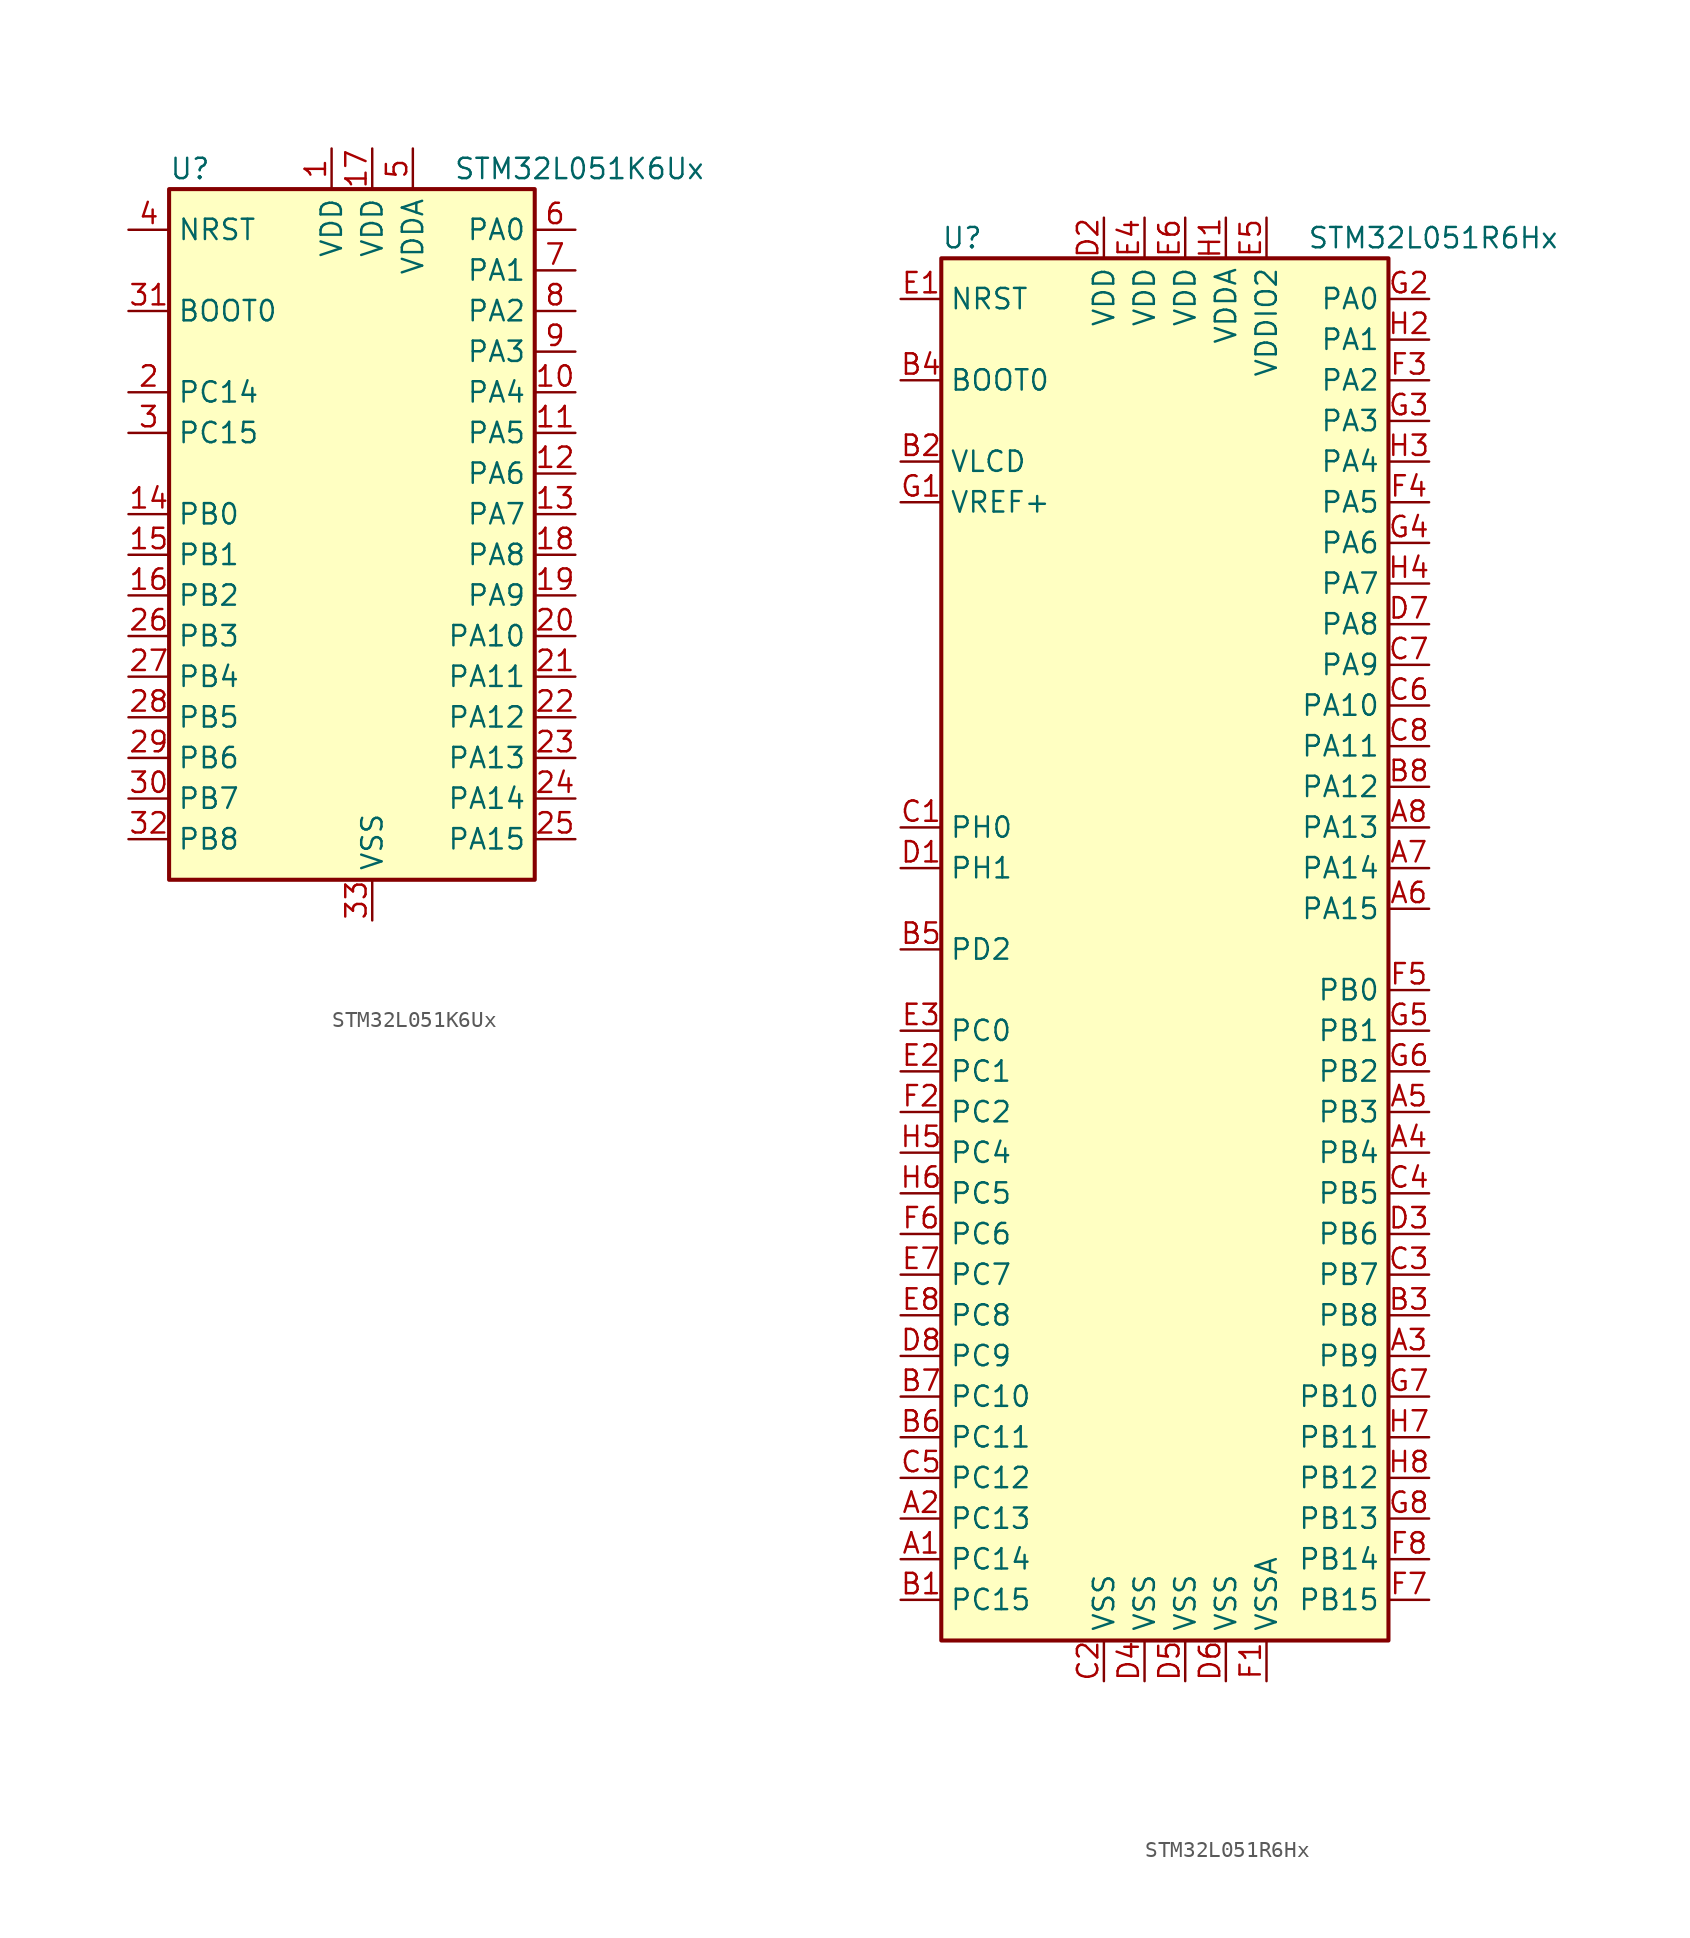
<source format=kicad_sym>
(kicad_symbol_lib
  (version 20201005)
  (generator kicad_symbol_editor)
  (symbol "STM32L051K6Ux"
    (property "Reference" "U"
      (at -12.7 21.59 0)
      (effects (font (size 1.27 1.27)) (justify left)))
    (property "Value" "STM32L051K6Ux"
      (at 5.08 21.59 0)
      (effects (font (size 1.27 1.27)) (justify left)))
    (symbol "STM32L051K6Ux_0_1"
      (rectangle (start -12.7 -22.86) (end 10.16 20.32) (stroke (width 0.254)) (fill (type background))))
    (symbol "STM32L051K6Ux_1_1"
      (pin input line (at -15.24 12.7 0) (length 2.54) (name "BOOT0" (effects (font (size 1.27 1.27)))) (number "31" (effects (font (size 1.27 1.27)))))
      (pin input line (at -15.24 17.78 0) (length 2.54) (name "NRST" (effects (font (size 1.27 1.27)))) (number "4" (effects (font (size 1.27 1.27)))))
      (pin bidirectional line (at 12.7 17.78 180) (length 2.54) (name "PA0" (effects (font (size 1.27 1.27)))) (number "6" (effects (font (size 1.27 1.27)))))
      (pin bidirectional line (at 12.7 15.24 180) (length 2.54) (name "PA1" (effects (font (size 1.27 1.27)))) (number "7" (effects (font (size 1.27 1.27)))))
      (pin bidirectional line (at 12.7 -7.62 180) (length 2.54) (name "PA10" (effects (font (size 1.27 1.27)))) (number "20" (effects (font (size 1.27 1.27)))))
      (pin bidirectional line (at 12.7 -10.16 180) (length 2.54) (name "PA11" (effects (font (size 1.27 1.27)))) (number "21" (effects (font (size 1.27 1.27)))))
      (pin bidirectional line (at 12.7 -12.7 180) (length 2.54) (name "PA12" (effects (font (size 1.27 1.27)))) (number "22" (effects (font (size 1.27 1.27)))))
      (pin bidirectional line (at 12.7 -15.24 180) (length 2.54) (name "PA13" (effects (font (size 1.27 1.27)))) (number "23" (effects (font (size 1.27 1.27)))))
      (pin bidirectional line (at 12.7 -17.78 180) (length 2.54) (name "PA14" (effects (font (size 1.27 1.27)))) (number "24" (effects (font (size 1.27 1.27)))))
      (pin bidirectional line (at 12.7 -20.32 180) (length 2.54) (name "PA15" (effects (font (size 1.27 1.27)))) (number "25" (effects (font (size 1.27 1.27)))))
      (pin bidirectional line (at 12.7 12.7 180) (length 2.54) (name "PA2" (effects (font (size 1.27 1.27)))) (number "8" (effects (font (size 1.27 1.27)))))
      (pin bidirectional line (at 12.7 10.16 180) (length 2.54) (name "PA3" (effects (font (size 1.27 1.27)))) (number "9" (effects (font (size 1.27 1.27)))))
      (pin bidirectional line (at 12.7 7.62 180) (length 2.54) (name "PA4" (effects (font (size 1.27 1.27)))) (number "10" (effects (font (size 1.27 1.27)))))
      (pin bidirectional line (at 12.7 5.08 180) (length 2.54) (name "PA5" (effects (font (size 1.27 1.27)))) (number "11" (effects (font (size 1.27 1.27)))))
      (pin bidirectional line (at 12.7 2.54 180) (length 2.54) (name "PA6" (effects (font (size 1.27 1.27)))) (number "12" (effects (font (size 1.27 1.27)))))
      (pin bidirectional line (at 12.7 0 180) (length 2.54) (name "PA7" (effects (font (size 1.27 1.27)))) (number "13" (effects (font (size 1.27 1.27)))))
      (pin bidirectional line (at 12.7 -2.54 180) (length 2.54) (name "PA8" (effects (font (size 1.27 1.27)))) (number "18" (effects (font (size 1.27 1.27)))))
      (pin bidirectional line (at 12.7 -5.08 180) (length 2.54) (name "PA9" (effects (font (size 1.27 1.27)))) (number "19" (effects (font (size 1.27 1.27)))))
      (pin bidirectional line (at -15.24 0 0) (length 2.54) (name "PB0" (effects (font (size 1.27 1.27)))) (number "14" (effects (font (size 1.27 1.27)))))
      (pin bidirectional line (at -15.24 -2.54 0) (length 2.54) (name "PB1" (effects (font (size 1.27 1.27)))) (number "15" (effects (font (size 1.27 1.27)))))
      (pin bidirectional line (at -15.24 -5.08 0) (length 2.54) (name "PB2" (effects (font (size 1.27 1.27)))) (number "16" (effects (font (size 1.27 1.27)))))
      (pin bidirectional line (at -15.24 -7.62 0) (length 2.54) (name "PB3" (effects (font (size 1.27 1.27)))) (number "26" (effects (font (size 1.27 1.27)))))
      (pin bidirectional line (at -15.24 -10.16 0) (length 2.54) (name "PB4" (effects (font (size 1.27 1.27)))) (number "27" (effects (font (size 1.27 1.27)))))
      (pin bidirectional line (at -15.24 -12.7 0) (length 2.54) (name "PB5" (effects (font (size 1.27 1.27)))) (number "28" (effects (font (size 1.27 1.27)))))
      (pin bidirectional line (at -15.24 -15.24 0) (length 2.54) (name "PB6" (effects (font (size 1.27 1.27)))) (number "29" (effects (font (size 1.27 1.27)))))
      (pin bidirectional line (at -15.24 -17.78 0) (length 2.54) (name "PB7" (effects (font (size 1.27 1.27)))) (number "30" (effects (font (size 1.27 1.27)))))
      (pin bidirectional line (at -15.24 -20.32 0) (length 2.54) (name "PB8" (effects (font (size 1.27 1.27)))) (number "32" (effects (font (size 1.27 1.27)))))
      (pin bidirectional line (at -15.24 7.62 0) (length 2.54) (name "PC14" (effects (font (size 1.27 1.27)))) (number "2" (effects (font (size 1.27 1.27)))))
      (pin bidirectional line (at -15.24 5.08 0) (length 2.54) (name "PC15" (effects (font (size 1.27 1.27)))) (number "3" (effects (font (size 1.27 1.27)))))
      (pin power_in line (at -2.54 22.86 270) (length 2.54) (name "VDD" (effects (font (size 1.27 1.27)))) (number "1" (effects (font (size 1.27 1.27)))))
      (pin power_in line (at 0 22.86 270) (length 2.54) (name "VDD" (effects (font (size 1.27 1.27)))) (number "17" (effects (font (size 1.27 1.27)))))
      (pin power_in line (at 2.54 22.86 270) (length 2.54) (name "VDDA" (effects (font (size 1.27 1.27)))) (number "5" (effects (font (size 1.27 1.27)))))
      (pin power_in line (at 0 -25.4 90) (length 2.54) (name "VSS" (effects (font (size 1.27 1.27)))) (number "33" (effects (font (size 1.27 1.27)))))))
  (symbol "STM32L051R6Hx"
    (property "Reference" "U"
      (at -15.24 44.45 0)
      (effects (font (size 1.27 1.27)) (justify left)))
    (property "Value" "STM32L051R6Hx"
      (at 7.62 44.45 0)
      (effects (font (size 1.27 1.27)) (justify left)))
    (symbol "STM32L051R6Hx_0_1"
      (rectangle (start -15.24 -43.18) (end 12.7 43.18) (stroke (width 0.254)) (fill (type background))))
    (symbol "STM32L051R6Hx_1_1"
      (pin input line (at -17.78 35.56 0) (length 2.54) (name "BOOT0" (effects (font (size 1.27 1.27)))) (number "B4" (effects (font (size 1.27 1.27)))))
      (pin input line (at -17.78 40.64 0) (length 2.54) (name "NRST" (effects (font (size 1.27 1.27)))) (number "E1" (effects (font (size 1.27 1.27)))))
      (pin bidirectional line (at 15.24 40.64 180) (length 2.54) (name "PA0" (effects (font (size 1.27 1.27)))) (number "G2" (effects (font (size 1.27 1.27)))))
      (pin bidirectional line (at 15.24 38.1 180) (length 2.54) (name "PA1" (effects (font (size 1.27 1.27)))) (number "H2" (effects (font (size 1.27 1.27)))))
      (pin bidirectional line (at 15.24 15.24 180) (length 2.54) (name "PA10" (effects (font (size 1.27 1.27)))) (number "C6" (effects (font (size 1.27 1.27)))))
      (pin bidirectional line (at 15.24 12.7 180) (length 2.54) (name "PA11" (effects (font (size 1.27 1.27)))) (number "C8" (effects (font (size 1.27 1.27)))))
      (pin bidirectional line (at 15.24 10.16 180) (length 2.54) (name "PA12" (effects (font (size 1.27 1.27)))) (number "B8" (effects (font (size 1.27 1.27)))))
      (pin bidirectional line (at 15.24 7.62 180) (length 2.54) (name "PA13" (effects (font (size 1.27 1.27)))) (number "A8" (effects (font (size 1.27 1.27)))))
      (pin bidirectional line (at 15.24 5.08 180) (length 2.54) (name "PA14" (effects (font (size 1.27 1.27)))) (number "A7" (effects (font (size 1.27 1.27)))))
      (pin bidirectional line (at 15.24 2.54 180) (length 2.54) (name "PA15" (effects (font (size 1.27 1.27)))) (number "A6" (effects (font (size 1.27 1.27)))))
      (pin bidirectional line (at 15.24 35.56 180) (length 2.54) (name "PA2" (effects (font (size 1.27 1.27)))) (number "F3" (effects (font (size 1.27 1.27)))))
      (pin bidirectional line (at 15.24 33.02 180) (length 2.54) (name "PA3" (effects (font (size 1.27 1.27)))) (number "G3" (effects (font (size 1.27 1.27)))))
      (pin bidirectional line (at 15.24 30.48 180) (length 2.54) (name "PA4" (effects (font (size 1.27 1.27)))) (number "H3" (effects (font (size 1.27 1.27)))))
      (pin bidirectional line (at 15.24 27.94 180) (length 2.54) (name "PA5" (effects (font (size 1.27 1.27)))) (number "F4" (effects (font (size 1.27 1.27)))))
      (pin bidirectional line (at 15.24 25.4 180) (length 2.54) (name "PA6" (effects (font (size 1.27 1.27)))) (number "G4" (effects (font (size 1.27 1.27)))))
      (pin bidirectional line (at 15.24 22.86 180) (length 2.54) (name "PA7" (effects (font (size 1.27 1.27)))) (number "H4" (effects (font (size 1.27 1.27)))))
      (pin bidirectional line (at 15.24 20.32 180) (length 2.54) (name "PA8" (effects (font (size 1.27 1.27)))) (number "D7" (effects (font (size 1.27 1.27)))))
      (pin bidirectional line (at 15.24 17.78 180) (length 2.54) (name "PA9" (effects (font (size 1.27 1.27)))) (number "C7" (effects (font (size 1.27 1.27)))))
      (pin bidirectional line (at 15.24 -2.54 180) (length 2.54) (name "PB0" (effects (font (size 1.27 1.27)))) (number "F5" (effects (font (size 1.27 1.27)))))
      (pin bidirectional line (at 15.24 -5.08 180) (length 2.54) (name "PB1" (effects (font (size 1.27 1.27)))) (number "G5" (effects (font (size 1.27 1.27)))))
      (pin bidirectional line (at 15.24 -27.94 180) (length 2.54) (name "PB10" (effects (font (size 1.27 1.27)))) (number "G7" (effects (font (size 1.27 1.27)))))
      (pin bidirectional line (at 15.24 -30.48 180) (length 2.54) (name "PB11" (effects (font (size 1.27 1.27)))) (number "H7" (effects (font (size 1.27 1.27)))))
      (pin bidirectional line (at 15.24 -33.02 180) (length 2.54) (name "PB12" (effects (font (size 1.27 1.27)))) (number "H8" (effects (font (size 1.27 1.27)))))
      (pin bidirectional line (at 15.24 -35.56 180) (length 2.54) (name "PB13" (effects (font (size 1.27 1.27)))) (number "G8" (effects (font (size 1.27 1.27)))))
      (pin bidirectional line (at 15.24 -38.1 180) (length 2.54) (name "PB14" (effects (font (size 1.27 1.27)))) (number "F8" (effects (font (size 1.27 1.27)))))
      (pin bidirectional line (at 15.24 -40.64 180) (length 2.54) (name "PB15" (effects (font (size 1.27 1.27)))) (number "F7" (effects (font (size 1.27 1.27)))))
      (pin bidirectional line (at 15.24 -7.62 180) (length 2.54) (name "PB2" (effects (font (size 1.27 1.27)))) (number "G6" (effects (font (size 1.27 1.27)))))
      (pin bidirectional line (at 15.24 -10.16 180) (length 2.54) (name "PB3" (effects (font (size 1.27 1.27)))) (number "A5" (effects (font (size 1.27 1.27)))))
      (pin bidirectional line (at 15.24 -12.7 180) (length 2.54) (name "PB4" (effects (font (size 1.27 1.27)))) (number "A4" (effects (font (size 1.27 1.27)))))
      (pin bidirectional line (at 15.24 -15.24 180) (length 2.54) (name "PB5" (effects (font (size 1.27 1.27)))) (number "C4" (effects (font (size 1.27 1.27)))))
      (pin bidirectional line (at 15.24 -17.78 180) (length 2.54) (name "PB6" (effects (font (size 1.27 1.27)))) (number "D3" (effects (font (size 1.27 1.27)))))
      (pin bidirectional line (at 15.24 -20.32 180) (length 2.54) (name "PB7" (effects (font (size 1.27 1.27)))) (number "C3" (effects (font (size 1.27 1.27)))))
      (pin bidirectional line (at 15.24 -22.86 180) (length 2.54) (name "PB8" (effects (font (size 1.27 1.27)))) (number "B3" (effects (font (size 1.27 1.27)))))
      (pin bidirectional line (at 15.24 -25.4 180) (length 2.54) (name "PB9" (effects (font (size 1.27 1.27)))) (number "A3" (effects (font (size 1.27 1.27)))))
      (pin bidirectional line (at -17.78 -5.08 0) (length 2.54) (name "PC0" (effects (font (size 1.27 1.27)))) (number "E3" (effects (font (size 1.27 1.27)))))
      (pin bidirectional line (at -17.78 -7.62 0) (length 2.54) (name "PC1" (effects (font (size 1.27 1.27)))) (number "E2" (effects (font (size 1.27 1.27)))))
      (pin bidirectional line (at -17.78 -27.94 0) (length 2.54) (name "PC10" (effects (font (size 1.27 1.27)))) (number "B7" (effects (font (size 1.27 1.27)))))
      (pin bidirectional line (at -17.78 -30.48 0) (length 2.54) (name "PC11" (effects (font (size 1.27 1.27)))) (number "B6" (effects (font (size 1.27 1.27)))))
      (pin bidirectional line (at -17.78 -33.02 0) (length 2.54) (name "PC12" (effects (font (size 1.27 1.27)))) (number "C5" (effects (font (size 1.27 1.27)))))
      (pin bidirectional line (at -17.78 -35.56 0) (length 2.54) (name "PC13" (effects (font (size 1.27 1.27)))) (number "A2" (effects (font (size 1.27 1.27)))))
      (pin bidirectional line (at -17.78 -38.1 0) (length 2.54) (name "PC14" (effects (font (size 1.27 1.27)))) (number "A1" (effects (font (size 1.27 1.27)))))
      (pin bidirectional line (at -17.78 -40.64 0) (length 2.54) (name "PC15" (effects (font (size 1.27 1.27)))) (number "B1" (effects (font (size 1.27 1.27)))))
      (pin bidirectional line (at -17.78 -10.16 0) (length 2.54) (name "PC2" (effects (font (size 1.27 1.27)))) (number "F2" (effects (font (size 1.27 1.27)))))
      (pin bidirectional line (at -17.78 -12.7 0) (length 2.54) (name "PC4" (effects (font (size 1.27 1.27)))) (number "H5" (effects (font (size 1.27 1.27)))))
      (pin bidirectional line (at -17.78 -15.24 0) (length 2.54) (name "PC5" (effects (font (size 1.27 1.27)))) (number "H6" (effects (font (size 1.27 1.27)))))
      (pin bidirectional line (at -17.78 -17.78 0) (length 2.54) (name "PC6" (effects (font (size 1.27 1.27)))) (number "F6" (effects (font (size 1.27 1.27)))))
      (pin bidirectional line (at -17.78 -20.32 0) (length 2.54) (name "PC7" (effects (font (size 1.27 1.27)))) (number "E7" (effects (font (size 1.27 1.27)))))
      (pin bidirectional line (at -17.78 -22.86 0) (length 2.54) (name "PC8" (effects (font (size 1.27 1.27)))) (number "E8" (effects (font (size 1.27 1.27)))))
      (pin bidirectional line (at -17.78 -25.4 0) (length 2.54) (name "PC9" (effects (font (size 1.27 1.27)))) (number "D8" (effects (font (size 1.27 1.27)))))
      (pin bidirectional line (at -17.78 0 0) (length 2.54) (name "PD2" (effects (font (size 1.27 1.27)))) (number "B5" (effects (font (size 1.27 1.27)))))
      (pin input line (at -17.78 7.62 0) (length 2.54) (name "PH0" (effects (font (size 1.27 1.27)))) (number "C1" (effects (font (size 1.27 1.27)))))
      (pin input line (at -17.78 5.08 0) (length 2.54) (name "PH1" (effects (font (size 1.27 1.27)))) (number "D1" (effects (font (size 1.27 1.27)))))
      (pin power_in line (at -5.08 45.72 270) (length 2.54) (name "VDD" (effects (font (size 1.27 1.27)))) (number "D2" (effects (font (size 1.27 1.27)))))
      (pin power_in line (at -2.54 45.72 270) (length 2.54) (name "VDD" (effects (font (size 1.27 1.27)))) (number "E4" (effects (font (size 1.27 1.27)))))
      (pin power_in line (at 0 45.72 270) (length 2.54) (name "VDD" (effects (font (size 1.27 1.27)))) (number "E6" (effects (font (size 1.27 1.27)))))
      (pin power_in line (at 2.54 45.72 270) (length 2.54) (name "VDDA" (effects (font (size 1.27 1.27)))) (number "H1" (effects (font (size 1.27 1.27)))))
      (pin power_in line (at 5.08 45.72 270) (length 2.54) (name "VDDIO2" (effects (font (size 1.27 1.27)))) (number "E5" (effects (font (size 1.27 1.27)))))
      (pin power_in line (at -17.78 30.48 0) (length 2.54) (name "VLCD" (effects (font (size 1.27 1.27)))) (number "B2" (effects (font (size 1.27 1.27)))))
      (pin power_in line (at -17.78 27.94 0) (length 2.54) (name "VREF+" (effects (font (size 1.27 1.27)))) (number "G1" (effects (font (size 1.27 1.27)))))
      (pin power_in line (at -5.08 -45.72 90) (length 2.54) (name "VSS" (effects (font (size 1.27 1.27)))) (number "C2" (effects (font (size 1.27 1.27)))))
      (pin power_in line (at -2.54 -45.72 90) (length 2.54) (name "VSS" (effects (font (size 1.27 1.27)))) (number "D4" (effects (font (size 1.27 1.27)))))
      (pin power_in line (at 0 -45.72 90) (length 2.54) (name "VSS" (effects (font (size 1.27 1.27)))) (number "D5" (effects (font (size 1.27 1.27)))))
      (pin power_in line (at 2.54 -45.72 90) (length 2.54) (name "VSS" (effects (font (size 1.27 1.27)))) (number "D6" (effects (font (size 1.27 1.27)))))
      (pin power_in line (at 5.08 -45.72 90) (length 2.54) (name "VSSA" (effects (font (size 1.27 1.27)))) (number "F1" (effects (font (size 1.27 1.27))))))))
</source>
